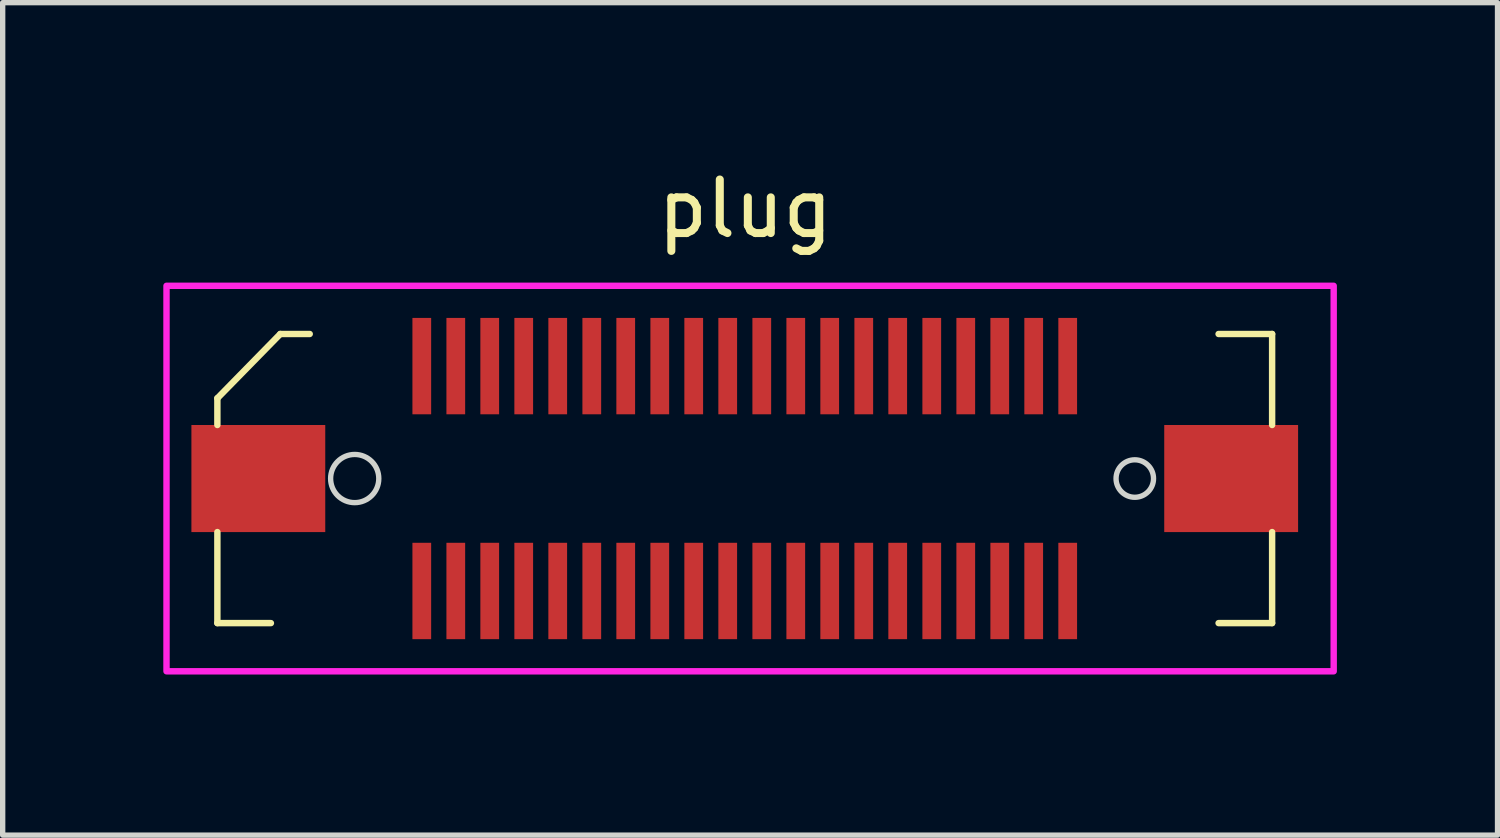
<source format=kicad_pcb>
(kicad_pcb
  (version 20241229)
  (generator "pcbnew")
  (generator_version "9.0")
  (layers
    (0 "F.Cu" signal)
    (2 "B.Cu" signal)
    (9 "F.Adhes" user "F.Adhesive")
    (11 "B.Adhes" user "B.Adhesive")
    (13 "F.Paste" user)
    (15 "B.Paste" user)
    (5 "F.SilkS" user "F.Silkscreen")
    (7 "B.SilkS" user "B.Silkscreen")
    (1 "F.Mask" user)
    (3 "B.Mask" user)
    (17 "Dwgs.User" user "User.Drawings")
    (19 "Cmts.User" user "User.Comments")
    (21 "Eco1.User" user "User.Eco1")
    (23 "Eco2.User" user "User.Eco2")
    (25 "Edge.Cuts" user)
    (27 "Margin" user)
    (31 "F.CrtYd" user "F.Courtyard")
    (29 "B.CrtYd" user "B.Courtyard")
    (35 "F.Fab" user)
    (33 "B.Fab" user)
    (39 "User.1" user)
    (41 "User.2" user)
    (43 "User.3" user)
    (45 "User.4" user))
  (footprint "plug"
    (layer "F.Cu")
    (at 10.86 5.888)
    (property "Reference" "plug" (at 0.01 -5.04 0) (unlocked yes) (layer "F.SilkS") (effects (font (size 1 1) (thickness 0.15))))
    (attr smd)
    (fp_line (start -9.85 -1.5) (end -9.85 -1) (stroke (width 0.12) (type solid)) (layer "F.SilkS"))
    (fp_line (start -9.85 -1.5) (end -8.675 -2.7) (stroke (width 0.12) (type solid)) (layer "F.SilkS"))
    (fp_line (start -9.85 1) (end -9.85 2.7) (stroke (width 0.12) (type solid)) (layer "F.SilkS"))
    (fp_line (start -9.85 2.7) (end -8.85 2.7) (stroke (width 0.12) (type solid)) (layer "F.SilkS"))
    (fp_line (start -8.675 -2.7) (end -8.125 -2.7) (stroke (width 0.12) (type solid)) (layer "F.SilkS"))
    (fp_line (start 9.85 -2.7) (end 8.85 -2.7) (stroke (width 0.12) (type solid)) (layer "F.SilkS"))
    (fp_line (start 9.85 -2.7) (end 9.85 -1) (stroke (width 0.12) (type solid)) (layer "F.SilkS"))
    (fp_line (start 9.85 1) (end 9.85 2.7) (stroke (width 0.12) (type solid)) (layer "F.SilkS"))
    (fp_line (start 9.85 2.7) (end 8.85 2.7) (stroke (width 0.12) (type solid)) (layer "F.SilkS"))
    (fp_circle (center -7.285 0) (end -6.835 0) (stroke (width 0.1) (type solid)) (fill no) (layer "Edge.Cuts"))
    (fp_circle (center 7.285 0) (end 7.635 0) (stroke (width 0.1) (type solid)) (fill no) (layer "Edge.Cuts"))
    (fp_rect (start 11 -3.6) (end -10.8 3.6) (stroke (width 0.12) (type solid)) (fill no) (layer "F.CrtYd"))
    (pad "1" smd rect (at -6.032 -2.1) (size 0.35 1.8) (layers "F.Cu" "F.Mask" "F.Paste"))
    (pad "2" smd rect (at -5.397 -2.1) (size 0.35 1.8) (layers "F.Cu" "F.Mask" "F.Paste"))
    (pad "3" smd rect (at -4.763 -2.1) (size 0.35 1.8) (layers "F.Cu" "F.Mask" "F.Paste"))
    (pad "4" smd rect (at -4.128 -2.1) (size 0.35 1.8) (layers "F.Cu" "F.Mask" "F.Paste"))
    (pad "5" smd rect (at -3.493 -2.1) (size 0.35 1.8) (layers "F.Cu" "F.Mask" "F.Paste"))
    (pad "6" smd rect (at -2.857 -2.1) (size 0.35 1.8) (layers "F.Cu" "F.Mask" "F.Paste"))
    (pad "7" smd rect (at -2.223 -2.1) (size 0.35 1.8) (layers "F.Cu" "F.Mask" "F.Paste"))
    (pad "8" smd rect (at -1.587 -2.1) (size 0.35 1.8) (layers "F.Cu" "F.Mask" "F.Paste"))
    (pad "9" smd rect (at -0.953 -2.1) (size 0.35 1.8) (layers "F.Cu" "F.Mask" "F.Paste"))
    (pad "10" smd rect (at -0.318 -2.1) (size 0.35 1.8) (layers "F.Cu" "F.Mask" "F.Paste"))
    (pad "11" smd rect (at 0.318 -2.1) (size 0.35 1.8) (layers "F.Cu" "F.Mask" "F.Paste"))
    (pad "12" smd rect (at 0.953 -2.1) (size 0.35 1.8) (layers "F.Cu" "F.Mask" "F.Paste"))
    (pad "13" smd rect (at 1.587 -2.1) (size 0.35 1.8) (layers "F.Cu" "F.Mask" "F.Paste"))
    (pad "14" smd rect (at 2.223 -2.1) (size 0.35 1.8) (layers "F.Cu" "F.Mask" "F.Paste"))
    (pad "15" smd rect (at 2.857 -2.1) (size 0.35 1.8) (layers "F.Cu" "F.Mask" "F.Paste"))
    (pad "16" smd rect (at 3.493 -2.1) (size 0.35 1.8) (layers "F.Cu" "F.Mask" "F.Paste"))
    (pad "17" smd rect (at 4.128 -2.1) (size 0.35 1.8) (layers "F.Cu" "F.Mask" "F.Paste"))
    (pad "18" smd rect (at 4.763 -2.1) (size 0.35 1.8) (layers "F.Cu" "F.Mask" "F.Paste"))
    (pad "19" smd rect (at 5.397 -2.1) (size 0.35 1.8) (layers "F.Cu" "F.Mask" "F.Paste"))
    (pad "20" smd rect (at 6.032 -2.1) (size 0.35 1.8) (layers "F.Cu" "F.Mask" "F.Paste"))
    (pad "21" smd rect (at 6.032 2.1) (size 0.35 1.8) (layers "F.Cu" "F.Mask" "F.Paste"))
    (pad "22" smd rect (at 5.397 2.1) (size 0.35 1.8) (layers "F.Cu" "F.Mask" "F.Paste"))
    (pad "23" smd rect (at 4.763 2.1) (size 0.35 1.8) (layers "F.Cu" "F.Mask" "F.Paste"))
    (pad "24" smd rect (at 4.128 2.1) (size 0.35 1.8) (layers "F.Cu" "F.Mask" "F.Paste"))
    (pad "25" smd rect (at 3.493 2.1) (size 0.35 1.8) (layers "F.Cu" "F.Mask" "F.Paste"))
    (pad "26" smd rect (at 2.857 2.1) (size 0.35 1.8) (layers "F.Cu" "F.Mask" "F.Paste"))
    (pad "27" smd rect (at 2.223 2.1) (size 0.35 1.8) (layers "F.Cu" "F.Mask" "F.Paste"))
    (pad "28" smd rect (at 1.587 2.1) (size 0.35 1.8) (layers "F.Cu" "F.Mask" "F.Paste"))
    (pad "29" smd rect (at 0.953 2.1) (size 0.35 1.8) (layers "F.Cu" "F.Mask" "F.Paste"))
    (pad "30" smd rect (at 0.318 2.1) (size 0.35 1.8) (layers "F.Cu" "F.Mask" "F.Paste"))
    (pad "31" smd rect (at -0.318 2.1) (size 0.35 1.8) (layers "F.Cu" "F.Mask" "F.Paste"))
    (pad "32" smd rect (at -0.953 2.1) (size 0.35 1.8) (layers "F.Cu" "F.Mask" "F.Paste"))
    (pad "33" smd rect (at -1.587 2.1) (size 0.35 1.8) (layers "F.Cu" "F.Mask" "F.Paste"))
    (pad "34" smd rect (at -2.223 2.1) (size 0.35 1.8) (layers "F.Cu" "F.Mask" "F.Paste"))
    (pad "35" smd rect (at -2.857 2.1) (size 0.35 1.8) (layers "F.Cu" "F.Mask" "F.Paste"))
    (pad "36" smd rect (at -3.493 2.1) (size 0.35 1.8) (layers "F.Cu" "F.Mask" "F.Paste"))
    (pad "37" smd rect (at -4.128 2.1) (size 0.35 1.8) (layers "F.Cu" "F.Mask" "F.Paste"))
    (pad "38" smd rect (at -4.763 2.1) (size 0.35 1.8) (layers "F.Cu" "F.Mask" "F.Paste"))
    (pad "39" smd rect (at -5.397 2.1) (size 0.35 1.8) (layers "F.Cu" "F.Mask" "F.Paste"))
    (pad "40" smd rect (at -6.032 2.1) (size 0.35 1.8) (layers "F.Cu" "F.Mask" "F.Paste"))
    (pad "GND" smd rect (at -9.085 0) (size 2.5 2) (layers "F.Cu" "F.Mask" "F.Paste"))
    (pad "GND" smd rect (at 9.085 0) (size 2.5 2) (layers "F.Cu" "F.Mask" "F.Paste")))
  (gr_rect
    (start -3 -3)
    (end 24.92 12.548)
    (stroke (width 0.1) (type default))
    (fill no)
    (layer "Edge.Cuts")))
</source>
